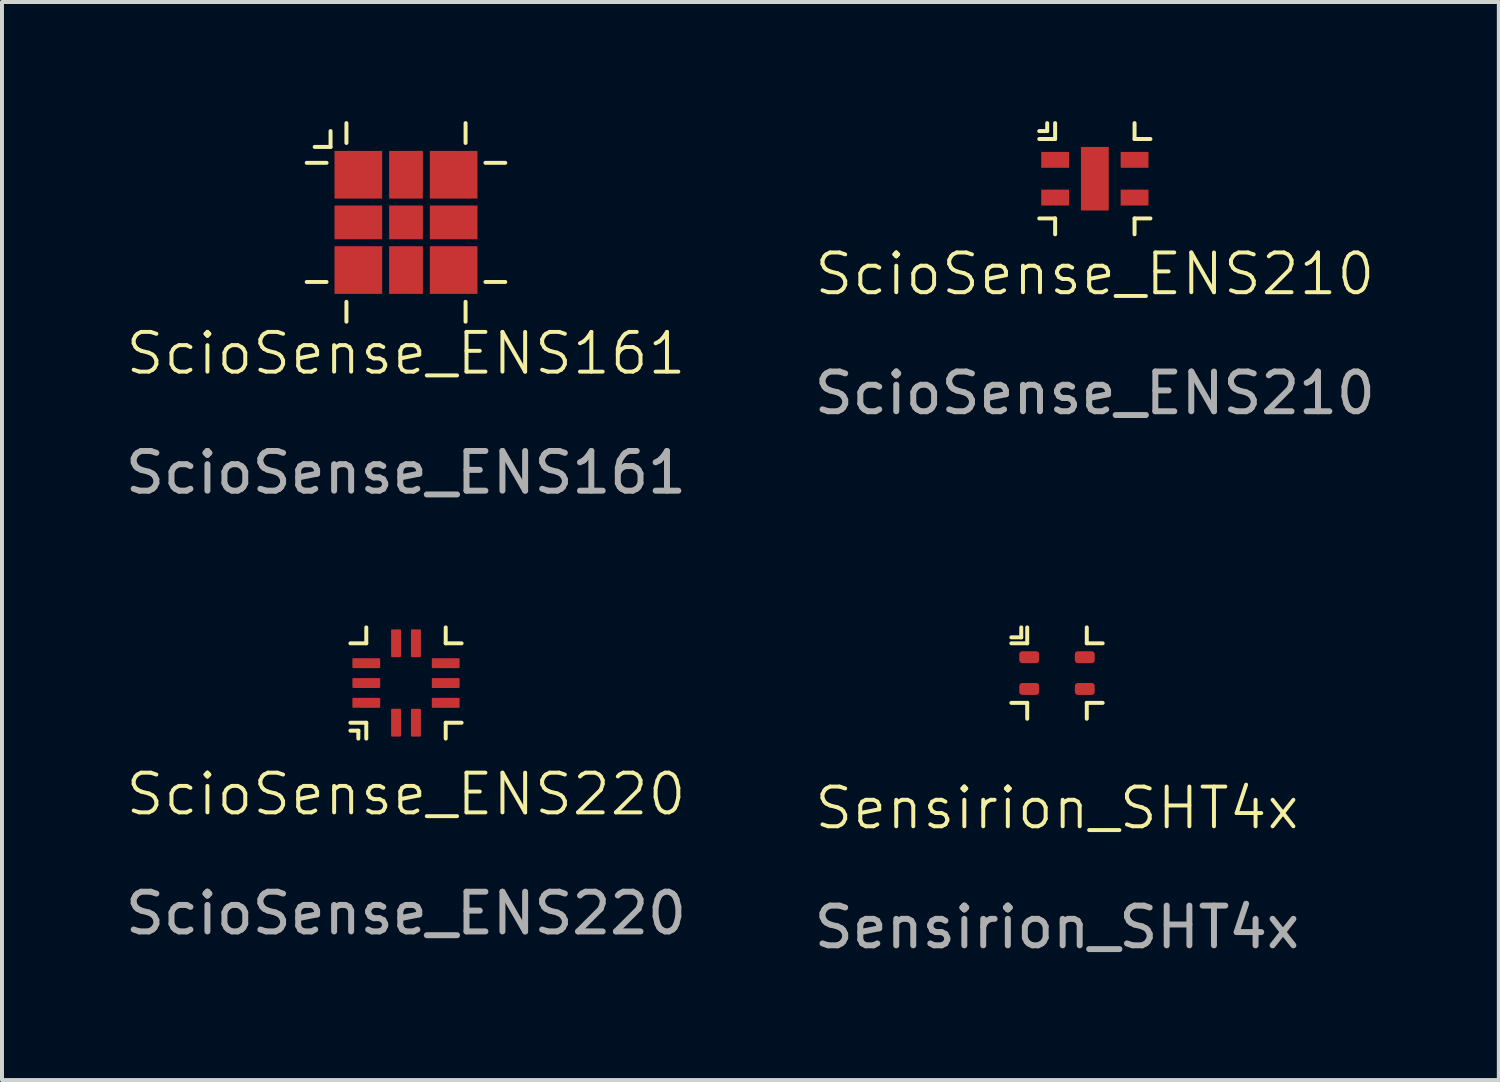
<source format=kicad_pcb>
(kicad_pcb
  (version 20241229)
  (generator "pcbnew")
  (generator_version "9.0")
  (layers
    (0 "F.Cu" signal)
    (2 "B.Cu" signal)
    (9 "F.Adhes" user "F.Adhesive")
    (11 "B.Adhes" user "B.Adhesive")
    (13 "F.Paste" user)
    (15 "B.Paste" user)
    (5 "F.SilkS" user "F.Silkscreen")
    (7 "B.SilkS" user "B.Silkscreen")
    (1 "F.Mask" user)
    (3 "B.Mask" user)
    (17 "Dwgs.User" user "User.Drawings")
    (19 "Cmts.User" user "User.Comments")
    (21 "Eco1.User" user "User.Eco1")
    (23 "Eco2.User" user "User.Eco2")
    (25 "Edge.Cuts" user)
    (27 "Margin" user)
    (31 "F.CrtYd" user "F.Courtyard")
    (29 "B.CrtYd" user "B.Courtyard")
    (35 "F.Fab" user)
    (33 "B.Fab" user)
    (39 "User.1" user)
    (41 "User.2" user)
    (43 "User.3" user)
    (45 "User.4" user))
  (footprint "ScioSense_ENS210"
    (layer "F.Cu")
    (at 24.518 1.45)
    (property "Reference" "ScioSense_ENS210" (at 0 2.4 0) (unlocked yes) (layer "F.SilkS") (effects (font (size 1 1) (thickness 0.1))))
    (attr smd)
    (fp_line (start -1.4 -1.2) (end -1.2 -1.2) (stroke (width 0.1) (type default)) (layer "F.SilkS"))
    (fp_line (start -1.2 -1.2) (end -1.2 -1.4) (stroke (width 0.1) (type default)) (layer "F.SilkS"))
    (fp_line (start -1 -1) (end -1.4 -1) (stroke (width 0.1) (type default)) (layer "F.SilkS"))
    (fp_line (start -1 -1) (end -1 -1.4) (stroke (width 0.1) (type default)) (layer "F.SilkS"))
    (fp_line (start -1 1) (end -1.4 1) (stroke (width 0.1) (type default)) (layer "F.SilkS"))
    (fp_line (start -1 1) (end -1 1.4) (stroke (width 0.1) (type default)) (layer "F.SilkS"))
    (fp_line (start 1 -1) (end 1 -1.4) (stroke (width 0.1) (type default)) (layer "F.SilkS"))
    (fp_line (start 1 -1) (end 1.4 -1) (stroke (width 0.1) (type default)) (layer "F.SilkS"))
    (fp_line (start 1 1) (end 1 1.4) (stroke (width 0.1) (type default)) (layer "F.SilkS"))
    (fp_line (start 1 1) (end 1.4 1) (stroke (width 0.1) (type default)) (layer "F.SilkS"))
    (fp_text user "${REFERENCE}" (at 0 5.4 0) (unlocked yes) (layer "F.Fab") (effects (font (size 1 1) (thickness 0.15))))
    (pad "1" smd rect (at -1 -0.475) (size 0.7 0.4) (layers "F.Cu" "F.Mask" "F.Paste"))
    (pad "2" smd rect (at -1 0.475) (size 0.7 0.4) (layers "F.Cu" "F.Mask" "F.Paste"))
    (pad "3" smd rect (at 1 0.475) (size 0.7 0.4) (layers "F.Cu" "F.Mask" "F.Paste"))
    (pad "4" smd rect (at 1 -0.475) (size 0.7 0.4) (layers "F.Cu" "F.Mask" "F.Paste"))
    (pad "5" smd rect (at 0 0) (size 0.7 1.6) (layers "F.Cu" "F.Mask" "F.Paste")))
  (footprint "ScioSense_ENS220"
    (layer "F.Cu")
    (at 7.173 14.148)
    (property "Reference" "ScioSense_ENS220" (at 0 2.8 0) (unlocked yes) (layer "F.SilkS") (effects (font (size 1 1) (thickness 0.1))))
    (attr smd)
    (fp_line (start -1.4 -1) (end -1 -1) (stroke (width 0.1) (type default)) (layer "F.SilkS"))
    (fp_line (start -1.4 1.2) (end -1.2 1.2) (stroke (width 0.1) (type default)) (layer "F.SilkS"))
    (fp_line (start -1.2 1.2) (end -1.2 1.4) (stroke (width 0.1) (type default)) (layer "F.SilkS"))
    (fp_line (start -1 -1) (end -1 -1.4) (stroke (width 0.1) (type default)) (layer "F.SilkS"))
    (fp_line (start -1 1) (end -1.4 1) (stroke (width 0.1) (type default)) (layer "F.SilkS"))
    (fp_line (start -1 1.4) (end -1 1) (stroke (width 0.1) (type default)) (layer "F.SilkS"))
    (fp_line (start 1 -1) (end 1 -1.4) (stroke (width 0.1) (type default)) (layer "F.SilkS"))
    (fp_line (start 1 -1) (end 1.4 -1) (stroke (width 0.1) (type default)) (layer "F.SilkS"))
    (fp_line (start 1 1) (end 1 1.4) (stroke (width 0.1) (type default)) (layer "F.SilkS"))
    (fp_line (start 1 1) (end 1.4 1) (stroke (width 0.1) (type default)) (layer "F.SilkS"))
    (fp_text user "${REFERENCE}" (at 0 5.8 0) (unlocked yes) (layer "F.Fab") (effects (font (size 1 1) (thickness 0.15))))
    (pad "1" smd roundrect (at -0.25 1) (size 0.25 0.7) (layers "F.Cu" "F.Mask" "F.Paste") (roundrect_rratio 0.1))
    (pad "2" smd roundrect (at 0.25 1) (size 0.25 0.7) (layers "F.Cu" "F.Mask" "F.Paste") (roundrect_rratio 0.1))
    (pad "3" smd roundrect (at 1 0.5 90) (size 0.25 0.7) (layers "F.Cu" "F.Mask" "F.Paste") (roundrect_rratio 0.1))
    (pad "4" smd roundrect (at 1 0 90) (size 0.25 0.7) (layers "F.Cu" "F.Mask" "F.Paste") (roundrect_rratio 0.1))
    (pad "5" smd roundrect (at 1 -0.5 90) (size 0.25 0.7) (layers "F.Cu" "F.Mask" "F.Paste") (roundrect_rratio 0.1))
    (pad "6" smd roundrect (at 0.25 -1 180) (size 0.25 0.7) (layers "F.Cu" "F.Mask" "F.Paste") (roundrect_rratio 0.1))
    (pad "7" smd roundrect (at -0.25 -1 180) (size 0.25 0.7) (layers "F.Cu" "F.Mask" "F.Paste") (roundrect_rratio 0.1))
    (pad "8" smd roundrect (at -1 -0.5 90) (size 0.25 0.7) (layers "F.Cu" "F.Mask" "F.Paste") (roundrect_rratio 0.1))
    (pad "9" smd roundrect (at -1 0 90) (size 0.25 0.7) (layers "F.Cu" "F.Mask" "F.Paste") (roundrect_rratio 0.1))
    (pad "10" smd roundrect (at -1 0.5 90) (size 0.25 0.7) (layers "F.Cu" "F.Mask" "F.Paste") (roundrect_rratio 0.1)))
  (footprint "Sensirion_SHT4x"
    (layer "F.Cu")
    (at 23.565 13.898)
    (property "Reference" "Sensirion_SHT4x" (at 0 3.4 0) (unlocked yes) (layer "F.SilkS") (effects (font (size 1 1) (thickness 0.1))))
    (attr smd)
    (fp_line (start -1.15 -0.9) (end -0.9 -0.9) (stroke (width 0.1) (type default)) (layer "F.SilkS"))
    (fp_line (start -0.9 -0.9) (end -0.9 -1.15) (stroke (width 0.1) (type default)) (layer "F.SilkS"))
    (fp_line (start -0.75 -0.75) (end -1.15 -0.75) (stroke (width 0.1) (type default)) (layer "F.SilkS"))
    (fp_line (start -0.75 -0.75) (end -0.75 -1.15) (stroke (width 0.1) (type default)) (layer "F.SilkS"))
    (fp_line (start -0.75 0.75) (end -1.15 0.75) (stroke (width 0.1) (type default)) (layer "F.SilkS"))
    (fp_line (start -0.75 0.75) (end -0.75 1.15) (stroke (width 0.1) (type default)) (layer "F.SilkS"))
    (fp_line (start 0.75 -0.75) (end 0.75 -1.15) (stroke (width 0.1) (type default)) (layer "F.SilkS"))
    (fp_line (start 0.75 -0.75) (end 1.15 -0.75) (stroke (width 0.1) (type default)) (layer "F.SilkS"))
    (fp_line (start 0.75 0.75) (end 0.75 1.15) (stroke (width 0.1) (type default)) (layer "F.SilkS"))
    (fp_line (start 0.75 0.75) (end 1.15 0.75) (stroke (width 0.1) (type default)) (layer "F.SilkS"))
    (fp_text user "${REFERENCE}" (at 0 6.4 0) (unlocked yes) (layer "F.Fab") (effects (font (size 1 1) (thickness 0.15))))
    (pad "1" smd roundrect (at -0.7 -0.4) (size 0.5 0.3) (layers "F.Cu" "F.Mask" "F.Paste") (roundrect_rratio 0.25))
    (pad "2" smd roundrect (at -0.7 0.4) (size 0.5 0.3) (layers "F.Cu" "F.Mask" "F.Paste") (roundrect_rratio 0.25))
    (pad "3" smd roundrect (at 0.7 0.4) (size 0.5 0.3) (layers "F.Cu" "F.Mask" "F.Paste") (roundrect_rratio 0.25))
    (pad "4" smd roundrect (at 0.7 -0.4) (size 0.5 0.3) (layers "F.Cu" "F.Mask" "F.Paste") (roundrect_rratio 0.25)))
  (footprint "ScioSense_ENS161"
    (layer "F.Cu")
    (at 7.173 2.55)
    (property "Reference" "ScioSense_ENS161" (at 0 3.3 0) (unlocked yes) (layer "F.SilkS") (effects (font (size 1 1) (thickness 0.1))))
    (attr smd)
    (fp_line (start -2 -1.5) (end -2.5 -1.5) (stroke (width 0.1) (type default)) (layer "F.SilkS"))
    (fp_line (start -2 1.5) (end -2.5 1.5) (stroke (width 0.1) (type default)) (layer "F.SilkS"))
    (fp_line (start -1.9 -1.9) (end -2.3 -1.9) (stroke (width 0.1) (type default)) (layer "F.SilkS"))
    (fp_line (start -1.9 -1.9) (end -1.9 -2.3) (stroke (width 0.1) (type default)) (layer "F.SilkS"))
    (fp_line (start -1.5 -2) (end -1.5 -2.5) (stroke (width 0.1) (type default)) (layer "F.SilkS"))
    (fp_line (start -1.5 2) (end -1.5 2.5) (stroke (width 0.1) (type default)) (layer "F.SilkS"))
    (fp_line (start 1.5 -2) (end 1.5 -2.5) (stroke (width 0.1) (type default)) (layer "F.SilkS"))
    (fp_line (start 1.5 2) (end 1.5 2.5) (stroke (width 0.1) (type default)) (layer "F.SilkS"))
    (fp_line (start 2 -1.5) (end 2.5 -1.5) (stroke (width 0.1) (type default)) (layer "F.SilkS"))
    (fp_line (start 2 1.5) (end 2.5 1.5) (stroke (width 0.1) (type default)) (layer "F.SilkS"))
    (fp_text user "${REFERENCE}" (at 0 6.3 0) (unlocked yes) (layer "F.Fab") (effects (font (size 1 1) (thickness 0.15))))
    (pad "1" smd rect (at -1.2 -1.2 180) (size 1.2 1.2) (layers "F.Cu" "F.Mask" "F.Paste"))
    (pad "2" smd rect (at -1.2 0) (size 1.2 0.85) (layers "F.Cu" "F.Mask" "F.Paste"))
    (pad "3" smd rect (at -1.2 1.2 180) (size 1.2 1.2) (layers "F.Cu" "F.Mask" "F.Paste"))
    (pad "4" smd rect (at 0 1.2 90) (size 1.2 0.85) (layers "F.Cu" "F.Mask" "F.Paste"))
    (pad "5" smd rect (at 1.2 1.2 180) (size 1.2 1.2) (layers "F.Cu" "F.Mask" "F.Paste"))
    (pad "6" smd rect (at 1.2 0 180) (size 1.2 0.85) (layers "F.Cu" "F.Mask" "F.Paste"))
    (pad "7" smd rect (at 1.2 -1.2 180) (size 1.2 1.2) (layers "F.Cu" "F.Mask" "F.Paste"))
    (pad "8" smd rect (at 0 -1.2 270) (size 1.2 0.85) (layers "F.Cu" "F.Mask" "F.Paste"))
    (pad "9" smd rect (at 0 0) (size 0.85 0.85) (layers "F.Cu" "F.Mask" "F.Paste")))
  (gr_rect
    (start -3 -3)
    (end 34.69 24.146)
    (stroke (width 0.1) (type default))
    (fill no)
    (layer "Edge.Cuts")))
</source>
